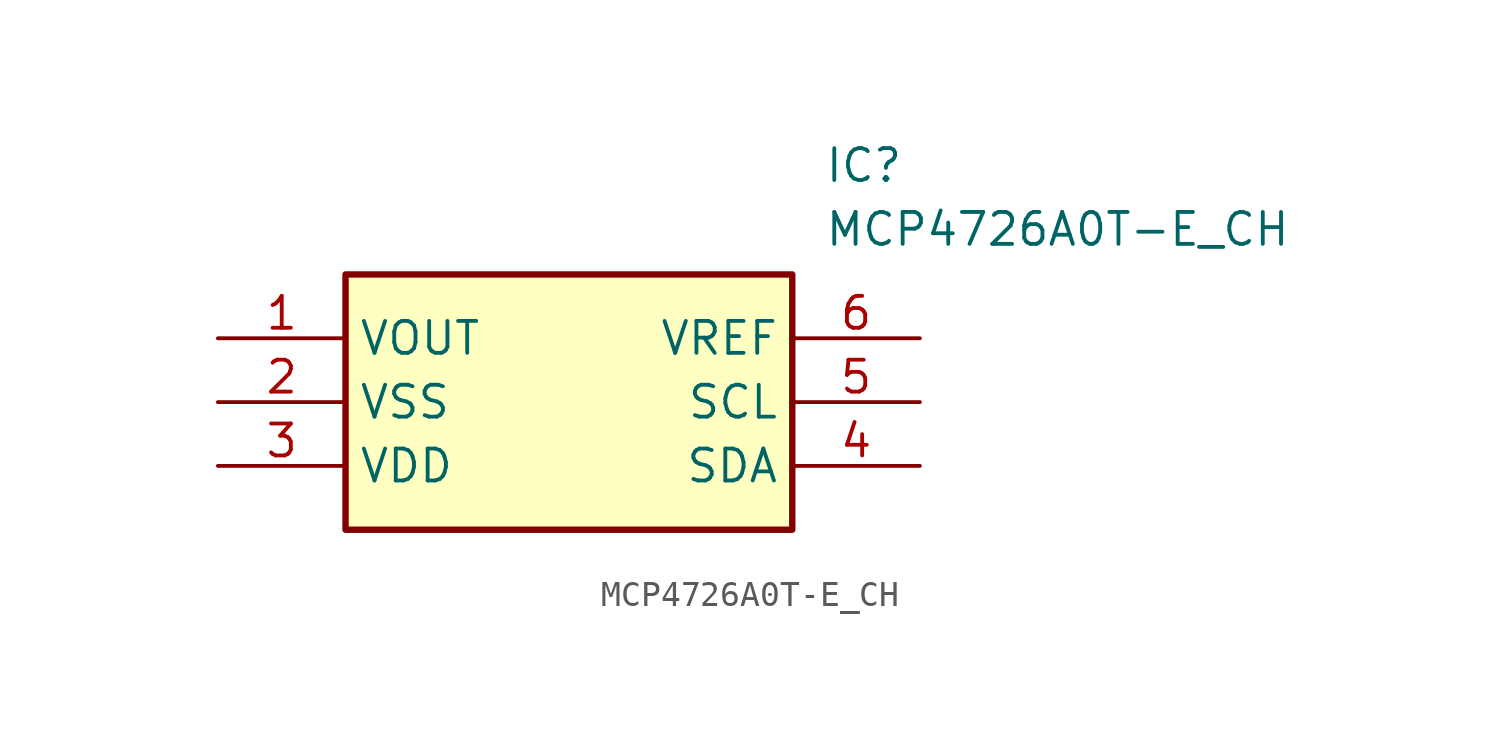
<source format=kicad_sym>
(kicad_symbol_lib
  (version 20211014)
  (generator SamacSys_ECAD_Model)
  (symbol "MCP4726A0T-E_CH"
    (property "Reference" "IC"
      (at 24.13 7.62 0)
      (effects (font (size 1.27 1.27)) (justify left top)))
    (property "Value" "MCP4726A0T-E_CH"
      (at 24.13 5.08 0)
      (effects (font (size 1.27 1.27)) (justify left top)))
    (rectangle
      (start 5.08 2.54)
      (end 22.86 -7.62)
      (stroke (width 0.254) (type default))
      (fill (type background)))
    (pin passive line
      (at 0 0 0)
      (length 5.08)
      (name "VOUT" (effects (font (size 1.27 1.27))))
      (number "1" (effects (font (size 1.27 1.27)))))
    (pin passive line
      (at 0 -2.54 0)
      (length 5.08)
      (name "VSS" (effects (font (size 1.27 1.27))))
      (number "2" (effects (font (size 1.27 1.27)))))
    (pin passive line
      (at 0 -5.08 0)
      (length 5.08)
      (name "VDD" (effects (font (size 1.27 1.27))))
      (number "3" (effects (font (size 1.27 1.27)))))
    (pin passive line
      (at 27.94 0 180)
      (length 5.08)
      (name "VREF" (effects (font (size 1.27 1.27))))
      (number "6" (effects (font (size 1.27 1.27)))))
    (pin passive line
      (at 27.94 -2.54 180)
      (length 5.08)
      (name "SCL" (effects (font (size 1.27 1.27))))
      (number "5" (effects (font (size 1.27 1.27)))))
    (pin passive line
      (at 27.94 -5.08 180)
      (length 5.08)
      (name "SDA" (effects (font (size 1.27 1.27))))
      (number "4" (effects (font (size 1.27 1.27)))))))
</source>
